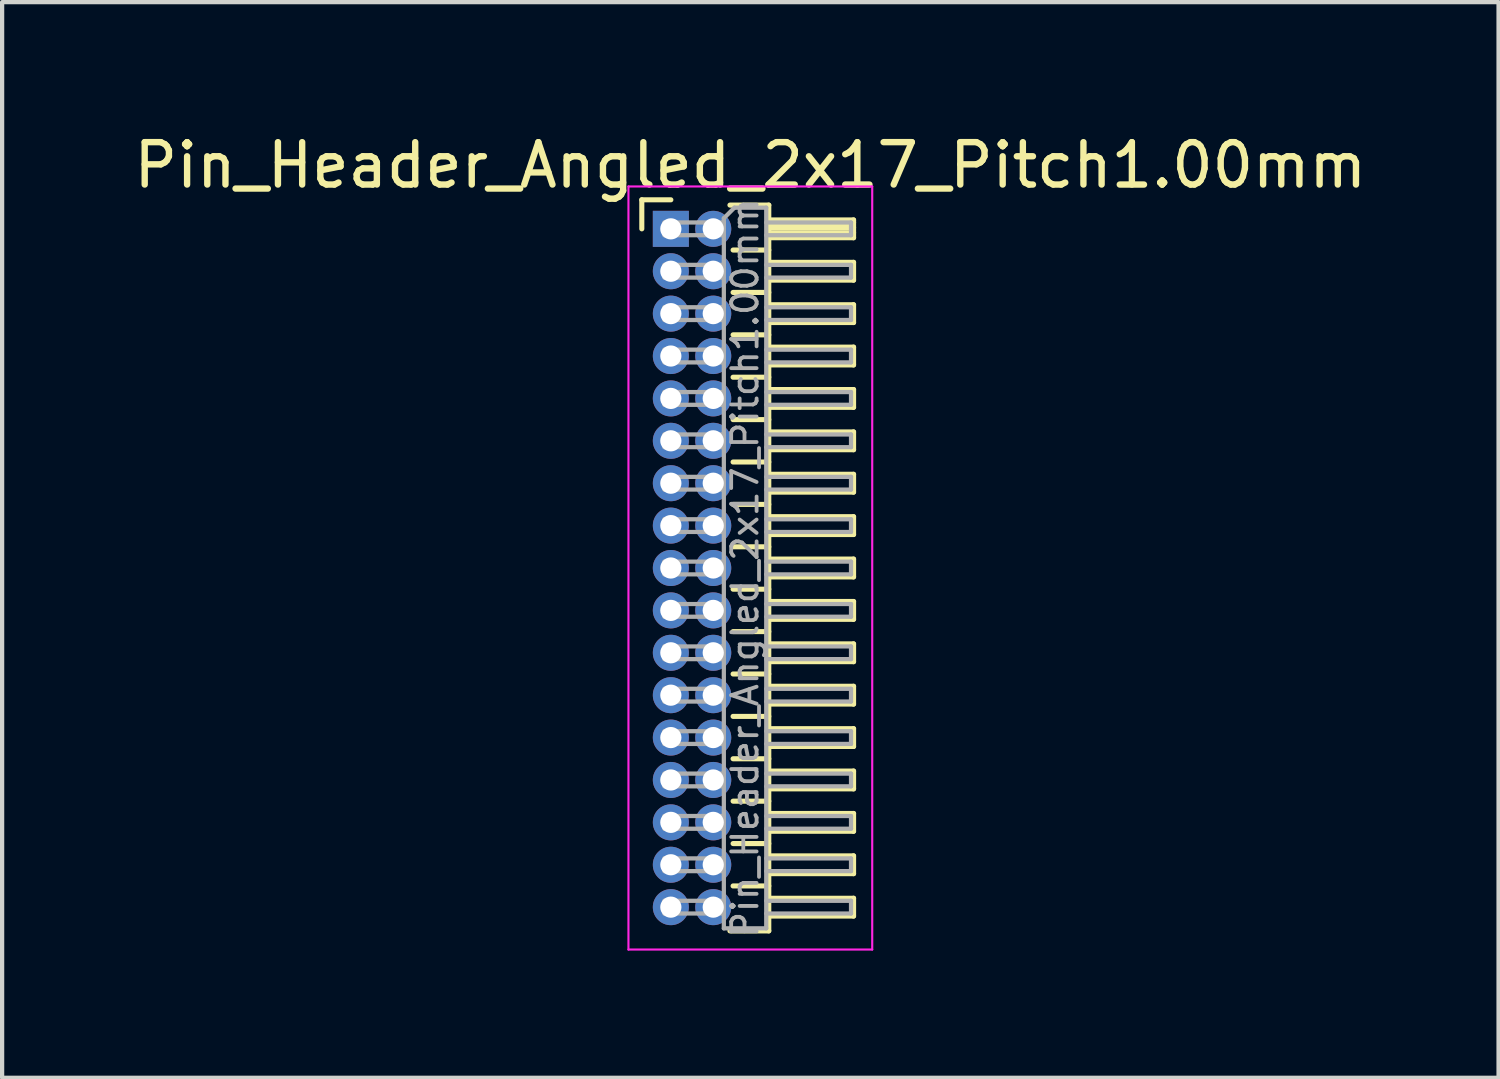
<source format=kicad_pcb>
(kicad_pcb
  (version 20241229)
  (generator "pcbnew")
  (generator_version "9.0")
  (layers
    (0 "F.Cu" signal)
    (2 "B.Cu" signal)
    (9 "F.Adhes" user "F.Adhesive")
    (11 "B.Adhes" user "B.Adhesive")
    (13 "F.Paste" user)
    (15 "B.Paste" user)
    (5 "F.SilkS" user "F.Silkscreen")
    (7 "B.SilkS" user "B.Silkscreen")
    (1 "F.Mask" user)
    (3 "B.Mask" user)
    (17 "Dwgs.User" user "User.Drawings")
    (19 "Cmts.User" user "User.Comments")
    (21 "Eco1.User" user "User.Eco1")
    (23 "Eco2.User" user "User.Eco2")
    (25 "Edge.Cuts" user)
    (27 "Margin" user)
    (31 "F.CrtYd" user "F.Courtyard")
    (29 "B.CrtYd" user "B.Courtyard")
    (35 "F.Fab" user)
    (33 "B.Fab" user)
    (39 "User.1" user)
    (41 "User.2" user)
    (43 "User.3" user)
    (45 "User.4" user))
  (footprint "Pin_Header_Angled_2x17_Pitch1.00mm"
    (layer "F.Cu")
    (at 12.774 2.348)
    (property "Reference" "Pin_Header_Angled_2x17_Pitch1.00mm" (at 1.875 -1.5 0) (layer "F.SilkS") (effects (font (size 1 1) (thickness 0.15))))
    (attr through_hole)
    (fp_line (start -0.685 -0.685) (end 0 -0.685) (stroke (width 0.12) (type solid)) (layer "F.SilkS"))
    (fp_line (start -0.685 0) (end -0.685 -0.685) (stroke (width 0.12) (type solid)) (layer "F.SilkS"))
    (fp_line (start 1.394 -0.56) (end 2.31 -0.56) (stroke (width 0.12) (type solid)) (layer "F.SilkS"))
    (fp_line (start 1.468 0.5) (end 2.31 0.5) (stroke (width 0.12) (type solid)) (layer "F.SilkS"))
    (fp_line (start 1.468 1.5) (end 2.31 1.5) (stroke (width 0.12) (type solid)) (layer "F.SilkS"))
    (fp_line (start 1.468 2.5) (end 2.31 2.5) (stroke (width 0.12) (type solid)) (layer "F.SilkS"))
    (fp_line (start 1.468 3.5) (end 2.31 3.5) (stroke (width 0.12) (type solid)) (layer "F.SilkS"))
    (fp_line (start 1.468 4.5) (end 2.31 4.5) (stroke (width 0.12) (type solid)) (layer "F.SilkS"))
    (fp_line (start 1.468 5.5) (end 2.31 5.5) (stroke (width 0.12) (type solid)) (layer "F.SilkS"))
    (fp_line (start 1.468 6.5) (end 2.31 6.5) (stroke (width 0.12) (type solid)) (layer "F.SilkS"))
    (fp_line (start 1.468 7.5) (end 2.31 7.5) (stroke (width 0.12) (type solid)) (layer "F.SilkS"))
    (fp_line (start 1.468 8.5) (end 2.31 8.5) (stroke (width 0.12) (type solid)) (layer "F.SilkS"))
    (fp_line (start 1.468 9.5) (end 2.31 9.5) (stroke (width 0.12) (type solid)) (layer "F.SilkS"))
    (fp_line (start 1.468 10.5) (end 2.31 10.5) (stroke (width 0.12) (type solid)) (layer "F.SilkS"))
    (fp_line (start 1.468 11.5) (end 2.31 11.5) (stroke (width 0.12) (type solid)) (layer "F.SilkS"))
    (fp_line (start 1.468 12.5) (end 2.31 12.5) (stroke (width 0.12) (type solid)) (layer "F.SilkS"))
    (fp_line (start 1.468 13.5) (end 2.31 13.5) (stroke (width 0.12) (type solid)) (layer "F.SilkS"))
    (fp_line (start 1.468 14.5) (end 2.31 14.5) (stroke (width 0.12) (type solid)) (layer "F.SilkS"))
    (fp_line (start 1.468 15.5) (end 2.31 15.5) (stroke (width 0.12) (type solid)) (layer "F.SilkS"))
    (fp_line (start 2.31 -0.56) (end 2.31 16.56) (stroke (width 0.12) (type solid)) (layer "F.SilkS"))
    (fp_line (start 2.31 -0.21) (end 4.31 -0.21) (stroke (width 0.12) (type solid)) (layer "F.SilkS"))
    (fp_line (start 2.31 -0.15) (end 4.31 -0.15) (stroke (width 0.12) (type solid)) (layer "F.SilkS"))
    (fp_line (start 2.31 -0.03) (end 4.31 -0.03) (stroke (width 0.12) (type solid)) (layer "F.SilkS"))
    (fp_line (start 2.31 0.09) (end 4.31 0.09) (stroke (width 0.12) (type solid)) (layer "F.SilkS"))
    (fp_line (start 2.31 0.79) (end 4.31 0.79) (stroke (width 0.12) (type solid)) (layer "F.SilkS"))
    (fp_line (start 2.31 1.79) (end 4.31 1.79) (stroke (width 0.12) (type solid)) (layer "F.SilkS"))
    (fp_line (start 2.31 2.79) (end 4.31 2.79) (stroke (width 0.12) (type solid)) (layer "F.SilkS"))
    (fp_line (start 2.31 3.79) (end 4.31 3.79) (stroke (width 0.12) (type solid)) (layer "F.SilkS"))
    (fp_line (start 2.31 4.79) (end 4.31 4.79) (stroke (width 0.12) (type solid)) (layer "F.SilkS"))
    (fp_line (start 2.31 5.79) (end 4.31 5.79) (stroke (width 0.12) (type solid)) (layer "F.SilkS"))
    (fp_line (start 2.31 6.79) (end 4.31 6.79) (stroke (width 0.12) (type solid)) (layer "F.SilkS"))
    (fp_line (start 2.31 7.79) (end 4.31 7.79) (stroke (width 0.12) (type solid)) (layer "F.SilkS"))
    (fp_line (start 2.31 8.79) (end 4.31 8.79) (stroke (width 0.12) (type solid)) (layer "F.SilkS"))
    (fp_line (start 2.31 9.79) (end 4.31 9.79) (stroke (width 0.12) (type solid)) (layer "F.SilkS"))
    (fp_line (start 2.31 10.79) (end 4.31 10.79) (stroke (width 0.12) (type solid)) (layer "F.SilkS"))
    (fp_line (start 2.31 11.79) (end 4.31 11.79) (stroke (width 0.12) (type solid)) (layer "F.SilkS"))
    (fp_line (start 2.31 12.79) (end 4.31 12.79) (stroke (width 0.12) (type solid)) (layer "F.SilkS"))
    (fp_line (start 2.31 13.79) (end 4.31 13.79) (stroke (width 0.12) (type solid)) (layer "F.SilkS"))
    (fp_line (start 2.31 14.79) (end 4.31 14.79) (stroke (width 0.12) (type solid)) (layer "F.SilkS"))
    (fp_line (start 2.31 15.79) (end 4.31 15.79) (stroke (width 0.12) (type solid)) (layer "F.SilkS"))
    (fp_line (start 2.31 16.56) (end 1.394 16.56) (stroke (width 0.12) (type solid)) (layer "F.SilkS"))
    (fp_line (start 4.31 -0.21) (end 4.31 0.21) (stroke (width 0.12) (type solid)) (layer "F.SilkS"))
    (fp_line (start 4.31 0.21) (end 2.31 0.21) (stroke (width 0.12) (type solid)) (layer "F.SilkS"))
    (fp_line (start 4.31 0.79) (end 4.31 1.21) (stroke (width 0.12) (type solid)) (layer "F.SilkS"))
    (fp_line (start 4.31 1.21) (end 2.31 1.21) (stroke (width 0.12) (type solid)) (layer "F.SilkS"))
    (fp_line (start 4.31 1.79) (end 4.31 2.21) (stroke (width 0.12) (type solid)) (layer "F.SilkS"))
    (fp_line (start 4.31 2.21) (end 2.31 2.21) (stroke (width 0.12) (type solid)) (layer "F.SilkS"))
    (fp_line (start 4.31 2.79) (end 4.31 3.21) (stroke (width 0.12) (type solid)) (layer "F.SilkS"))
    (fp_line (start 4.31 3.21) (end 2.31 3.21) (stroke (width 0.12) (type solid)) (layer "F.SilkS"))
    (fp_line (start 4.31 3.79) (end 4.31 4.21) (stroke (width 0.12) (type solid)) (layer "F.SilkS"))
    (fp_line (start 4.31 4.21) (end 2.31 4.21) (stroke (width 0.12) (type solid)) (layer "F.SilkS"))
    (fp_line (start 4.31 4.79) (end 4.31 5.21) (stroke (width 0.12) (type solid)) (layer "F.SilkS"))
    (fp_line (start 4.31 5.21) (end 2.31 5.21) (stroke (width 0.12) (type solid)) (layer "F.SilkS"))
    (fp_line (start 4.31 5.79) (end 4.31 6.21) (stroke (width 0.12) (type solid)) (layer "F.SilkS"))
    (fp_line (start 4.31 6.21) (end 2.31 6.21) (stroke (width 0.12) (type solid)) (layer "F.SilkS"))
    (fp_line (start 4.31 6.79) (end 4.31 7.21) (stroke (width 0.12) (type solid)) (layer "F.SilkS"))
    (fp_line (start 4.31 7.21) (end 2.31 7.21) (stroke (width 0.12) (type solid)) (layer "F.SilkS"))
    (fp_line (start 4.31 7.79) (end 4.31 8.21) (stroke (width 0.12) (type solid)) (layer "F.SilkS"))
    (fp_line (start 4.31 8.21) (end 2.31 8.21) (stroke (width 0.12) (type solid)) (layer "F.SilkS"))
    (fp_line (start 4.31 8.79) (end 4.31 9.21) (stroke (width 0.12) (type solid)) (layer "F.SilkS"))
    (fp_line (start 4.31 9.21) (end 2.31 9.21) (stroke (width 0.12) (type solid)) (layer "F.SilkS"))
    (fp_line (start 4.31 9.79) (end 4.31 10.21) (stroke (width 0.12) (type solid)) (layer "F.SilkS"))
    (fp_line (start 4.31 10.21) (end 2.31 10.21) (stroke (width 0.12) (type solid)) (layer "F.SilkS"))
    (fp_line (start 4.31 10.79) (end 4.31 11.21) (stroke (width 0.12) (type solid)) (layer "F.SilkS"))
    (fp_line (start 4.31 11.21) (end 2.31 11.21) (stroke (width 0.12) (type solid)) (layer "F.SilkS"))
    (fp_line (start 4.31 11.79) (end 4.31 12.21) (stroke (width 0.12) (type solid)) (layer "F.SilkS"))
    (fp_line (start 4.31 12.21) (end 2.31 12.21) (stroke (width 0.12) (type solid)) (layer "F.SilkS"))
    (fp_line (start 4.31 12.79) (end 4.31 13.21) (stroke (width 0.12) (type solid)) (layer "F.SilkS"))
    (fp_line (start 4.31 13.21) (end 2.31 13.21) (stroke (width 0.12) (type solid)) (layer "F.SilkS"))
    (fp_line (start 4.31 13.79) (end 4.31 14.21) (stroke (width 0.12) (type solid)) (layer "F.SilkS"))
    (fp_line (start 4.31 14.21) (end 2.31 14.21) (stroke (width 0.12) (type solid)) (layer "F.SilkS"))
    (fp_line (start 4.31 14.79) (end 4.31 15.21) (stroke (width 0.12) (type solid)) (layer "F.SilkS"))
    (fp_line (start 4.31 15.21) (end 2.31 15.21) (stroke (width 0.12) (type solid)) (layer "F.SilkS"))
    (fp_line (start 4.31 15.79) (end 4.31 16.21) (stroke (width 0.12) (type solid)) (layer "F.SilkS"))
    (fp_line (start 4.31 16.21) (end 2.31 16.21) (stroke (width 0.12) (type solid)) (layer "F.SilkS"))
    (fp_line (start -1 -1) (end -1 17) (stroke (width 0.05) (type solid)) (layer "F.CrtYd"))
    (fp_line (start -1 17) (end 4.75 17) (stroke (width 0.05) (type solid)) (layer "F.CrtYd"))
    (fp_line (start 4.75 -1) (end -1 -1) (stroke (width 0.05) (type solid)) (layer "F.CrtYd"))
    (fp_line (start 4.75 17) (end 4.75 -1) (stroke (width 0.05) (type solid)) (layer "F.CrtYd"))
    (fp_line (start -0.15 -0.15) (end -0.15 0.15) (stroke (width 0.1) (type solid)) (layer "F.Fab"))
    (fp_line (start -0.15 -0.15) (end 1.25 -0.15) (stroke (width 0.1) (type solid)) (layer "F.Fab"))
    (fp_line (start -0.15 0.15) (end 1.25 0.15) (stroke (width 0.1) (type solid)) (layer "F.Fab"))
    (fp_line (start -0.15 0.85) (end -0.15 1.15) (stroke (width 0.1) (type solid)) (layer "F.Fab"))
    (fp_line (start -0.15 0.85) (end 1.25 0.85) (stroke (width 0.1) (type solid)) (layer "F.Fab"))
    (fp_line (start -0.15 1.15) (end 1.25 1.15) (stroke (width 0.1) (type solid)) (layer "F.Fab"))
    (fp_line (start -0.15 1.85) (end -0.15 2.15) (stroke (width 0.1) (type solid)) (layer "F.Fab"))
    (fp_line (start -0.15 1.85) (end 1.25 1.85) (stroke (width 0.1) (type solid)) (layer "F.Fab"))
    (fp_line (start -0.15 2.15) (end 1.25 2.15) (stroke (width 0.1) (type solid)) (layer "F.Fab"))
    (fp_line (start -0.15 2.85) (end -0.15 3.15) (stroke (width 0.1) (type solid)) (layer "F.Fab"))
    (fp_line (start -0.15 2.85) (end 1.25 2.85) (stroke (width 0.1) (type solid)) (layer "F.Fab"))
    (fp_line (start -0.15 3.15) (end 1.25 3.15) (stroke (width 0.1) (type solid)) (layer "F.Fab"))
    (fp_line (start -0.15 3.85) (end -0.15 4.15) (stroke (width 0.1) (type solid)) (layer "F.Fab"))
    (fp_line (start -0.15 3.85) (end 1.25 3.85) (stroke (width 0.1) (type solid)) (layer "F.Fab"))
    (fp_line (start -0.15 4.15) (end 1.25 4.15) (stroke (width 0.1) (type solid)) (layer "F.Fab"))
    (fp_line (start -0.15 4.85) (end -0.15 5.15) (stroke (width 0.1) (type solid)) (layer "F.Fab"))
    (fp_line (start -0.15 4.85) (end 1.25 4.85) (stroke (width 0.1) (type solid)) (layer "F.Fab"))
    (fp_line (start -0.15 5.15) (end 1.25 5.15) (stroke (width 0.1) (type solid)) (layer "F.Fab"))
    (fp_line (start -0.15 5.85) (end -0.15 6.15) (stroke (width 0.1) (type solid)) (layer "F.Fab"))
    (fp_line (start -0.15 5.85) (end 1.25 5.85) (stroke (width 0.1) (type solid)) (layer "F.Fab"))
    (fp_line (start -0.15 6.15) (end 1.25 6.15) (stroke (width 0.1) (type solid)) (layer "F.Fab"))
    (fp_line (start -0.15 6.85) (end -0.15 7.15) (stroke (width 0.1) (type solid)) (layer "F.Fab"))
    (fp_line (start -0.15 6.85) (end 1.25 6.85) (stroke (width 0.1) (type solid)) (layer "F.Fab"))
    (fp_line (start -0.15 7.15) (end 1.25 7.15) (stroke (width 0.1) (type solid)) (layer "F.Fab"))
    (fp_line (start -0.15 7.85) (end -0.15 8.15) (stroke (width 0.1) (type solid)) (layer "F.Fab"))
    (fp_line (start -0.15 7.85) (end 1.25 7.85) (stroke (width 0.1) (type solid)) (layer "F.Fab"))
    (fp_line (start -0.15 8.15) (end 1.25 8.15) (stroke (width 0.1) (type solid)) (layer "F.Fab"))
    (fp_line (start -0.15 8.85) (end -0.15 9.15) (stroke (width 0.1) (type solid)) (layer "F.Fab"))
    (fp_line (start -0.15 8.85) (end 1.25 8.85) (stroke (width 0.1) (type solid)) (layer "F.Fab"))
    (fp_line (start -0.15 9.15) (end 1.25 9.15) (stroke (width 0.1) (type solid)) (layer "F.Fab"))
    (fp_line (start -0.15 9.85) (end -0.15 10.15) (stroke (width 0.1) (type solid)) (layer "F.Fab"))
    (fp_line (start -0.15 9.85) (end 1.25 9.85) (stroke (width 0.1) (type solid)) (layer "F.Fab"))
    (fp_line (start -0.15 10.15) (end 1.25 10.15) (stroke (width 0.1) (type solid)) (layer "F.Fab"))
    (fp_line (start -0.15 10.85) (end -0.15 11.15) (stroke (width 0.1) (type solid)) (layer "F.Fab"))
    (fp_line (start -0.15 10.85) (end 1.25 10.85) (stroke (width 0.1) (type solid)) (layer "F.Fab"))
    (fp_line (start -0.15 11.15) (end 1.25 11.15) (stroke (width 0.1) (type solid)) (layer "F.Fab"))
    (fp_line (start -0.15 11.85) (end -0.15 12.15) (stroke (width 0.1) (type solid)) (layer "F.Fab"))
    (fp_line (start -0.15 11.85) (end 1.25 11.85) (stroke (width 0.1) (type solid)) (layer "F.Fab"))
    (fp_line (start -0.15 12.15) (end 1.25 12.15) (stroke (width 0.1) (type solid)) (layer "F.Fab"))
    (fp_line (start -0.15 12.85) (end -0.15 13.15) (stroke (width 0.1) (type solid)) (layer "F.Fab"))
    (fp_line (start -0.15 12.85) (end 1.25 12.85) (stroke (width 0.1) (type solid)) (layer "F.Fab"))
    (fp_line (start -0.15 13.15) (end 1.25 13.15) (stroke (width 0.1) (type solid)) (layer "F.Fab"))
    (fp_line (start -0.15 13.85) (end -0.15 14.15) (stroke (width 0.1) (type solid)) (layer "F.Fab"))
    (fp_line (start -0.15 13.85) (end 1.25 13.85) (stroke (width 0.1) (type solid)) (layer "F.Fab"))
    (fp_line (start -0.15 14.15) (end 1.25 14.15) (stroke (width 0.1) (type solid)) (layer "F.Fab"))
    (fp_line (start -0.15 14.85) (end -0.15 15.15) (stroke (width 0.1) (type solid)) (layer "F.Fab"))
    (fp_line (start -0.15 14.85) (end 1.25 14.85) (stroke (width 0.1) (type solid)) (layer "F.Fab"))
    (fp_line (start -0.15 15.15) (end 1.25 15.15) (stroke (width 0.1) (type solid)) (layer "F.Fab"))
    (fp_line (start -0.15 15.85) (end -0.15 16.15) (stroke (width 0.1) (type solid)) (layer "F.Fab"))
    (fp_line (start -0.15 15.85) (end 1.25 15.85) (stroke (width 0.1) (type solid)) (layer "F.Fab"))
    (fp_line (start -0.15 16.15) (end 1.25 16.15) (stroke (width 0.1) (type solid)) (layer "F.Fab"))
    (fp_line (start 1.25 -0.25) (end 1.5 -0.5) (stroke (width 0.1) (type solid)) (layer "F.Fab"))
    (fp_line (start 1.25 16.5) (end 1.25 -0.25) (stroke (width 0.1) (type solid)) (layer "F.Fab"))
    (fp_line (start 1.5 -0.5) (end 2.25 -0.5) (stroke (width 0.1) (type solid)) (layer "F.Fab"))
    (fp_line (start 2.25 -0.5) (end 2.25 16.5) (stroke (width 0.1) (type solid)) (layer "F.Fab"))
    (fp_line (start 2.25 -0.15) (end 4.25 -0.15) (stroke (width 0.1) (type solid)) (layer "F.Fab"))
    (fp_line (start 2.25 0.15) (end 4.25 0.15) (stroke (width 0.1) (type solid)) (layer "F.Fab"))
    (fp_line (start 2.25 0.85) (end 4.25 0.85) (stroke (width 0.1) (type solid)) (layer "F.Fab"))
    (fp_line (start 2.25 1.15) (end 4.25 1.15) (stroke (width 0.1) (type solid)) (layer "F.Fab"))
    (fp_line (start 2.25 1.85) (end 4.25 1.85) (stroke (width 0.1) (type solid)) (layer "F.Fab"))
    (fp_line (start 2.25 2.15) (end 4.25 2.15) (stroke (width 0.1) (type solid)) (layer "F.Fab"))
    (fp_line (start 2.25 2.85) (end 4.25 2.85) (stroke (width 0.1) (type solid)) (layer "F.Fab"))
    (fp_line (start 2.25 3.15) (end 4.25 3.15) (stroke (width 0.1) (type solid)) (layer "F.Fab"))
    (fp_line (start 2.25 3.85) (end 4.25 3.85) (stroke (width 0.1) (type solid)) (layer "F.Fab"))
    (fp_line (start 2.25 4.15) (end 4.25 4.15) (stroke (width 0.1) (type solid)) (layer "F.Fab"))
    (fp_line (start 2.25 4.85) (end 4.25 4.85) (stroke (width 0.1) (type solid)) (layer "F.Fab"))
    (fp_line (start 2.25 5.15) (end 4.25 5.15) (stroke (width 0.1) (type solid)) (layer "F.Fab"))
    (fp_line (start 2.25 5.85) (end 4.25 5.85) (stroke (width 0.1) (type solid)) (layer "F.Fab"))
    (fp_line (start 2.25 6.15) (end 4.25 6.15) (stroke (width 0.1) (type solid)) (layer "F.Fab"))
    (fp_line (start 2.25 6.85) (end 4.25 6.85) (stroke (width 0.1) (type solid)) (layer "F.Fab"))
    (fp_line (start 2.25 7.15) (end 4.25 7.15) (stroke (width 0.1) (type solid)) (layer "F.Fab"))
    (fp_line (start 2.25 7.85) (end 4.25 7.85) (stroke (width 0.1) (type solid)) (layer "F.Fab"))
    (fp_line (start 2.25 8.15) (end 4.25 8.15) (stroke (width 0.1) (type solid)) (layer "F.Fab"))
    (fp_line (start 2.25 8.85) (end 4.25 8.85) (stroke (width 0.1) (type solid)) (layer "F.Fab"))
    (fp_line (start 2.25 9.15) (end 4.25 9.15) (stroke (width 0.1) (type solid)) (layer "F.Fab"))
    (fp_line (start 2.25 9.85) (end 4.25 9.85) (stroke (width 0.1) (type solid)) (layer "F.Fab"))
    (fp_line (start 2.25 10.15) (end 4.25 10.15) (stroke (width 0.1) (type solid)) (layer "F.Fab"))
    (fp_line (start 2.25 10.85) (end 4.25 10.85) (stroke (width 0.1) (type solid)) (layer "F.Fab"))
    (fp_line (start 2.25 11.15) (end 4.25 11.15) (stroke (width 0.1) (type solid)) (layer "F.Fab"))
    (fp_line (start 2.25 11.85) (end 4.25 11.85) (stroke (width 0.1) (type solid)) (layer "F.Fab"))
    (fp_line (start 2.25 12.15) (end 4.25 12.15) (stroke (width 0.1) (type solid)) (layer "F.Fab"))
    (fp_line (start 2.25 12.85) (end 4.25 12.85) (stroke (width 0.1) (type solid)) (layer "F.Fab"))
    (fp_line (start 2.25 13.15) (end 4.25 13.15) (stroke (width 0.1) (type solid)) (layer "F.Fab"))
    (fp_line (start 2.25 13.85) (end 4.25 13.85) (stroke (width 0.1) (type solid)) (layer "F.Fab"))
    (fp_line (start 2.25 14.15) (end 4.25 14.15) (stroke (width 0.1) (type solid)) (layer "F.Fab"))
    (fp_line (start 2.25 14.85) (end 4.25 14.85) (stroke (width 0.1) (type solid)) (layer "F.Fab"))
    (fp_line (start 2.25 15.15) (end 4.25 15.15) (stroke (width 0.1) (type solid)) (layer "F.Fab"))
    (fp_line (start 2.25 15.85) (end 4.25 15.85) (stroke (width 0.1) (type solid)) (layer "F.Fab"))
    (fp_line (start 2.25 16.15) (end 4.25 16.15) (stroke (width 0.1) (type solid)) (layer "F.Fab"))
    (fp_line (start 2.25 16.5) (end 1.25 16.5) (stroke (width 0.1) (type solid)) (layer "F.Fab"))
    (fp_line (start 4.25 -0.15) (end 4.25 0.15) (stroke (width 0.1) (type solid)) (layer "F.Fab"))
    (fp_line (start 4.25 0.85) (end 4.25 1.15) (stroke (width 0.1) (type solid)) (layer "F.Fab"))
    (fp_line (start 4.25 1.85) (end 4.25 2.15) (stroke (width 0.1) (type solid)) (layer "F.Fab"))
    (fp_line (start 4.25 2.85) (end 4.25 3.15) (stroke (width 0.1) (type solid)) (layer "F.Fab"))
    (fp_line (start 4.25 3.85) (end 4.25 4.15) (stroke (width 0.1) (type solid)) (layer "F.Fab"))
    (fp_line (start 4.25 4.85) (end 4.25 5.15) (stroke (width 0.1) (type solid)) (layer "F.Fab"))
    (fp_line (start 4.25 5.85) (end 4.25 6.15) (stroke (width 0.1) (type solid)) (layer "F.Fab"))
    (fp_line (start 4.25 6.85) (end 4.25 7.15) (stroke (width 0.1) (type solid)) (layer "F.Fab"))
    (fp_line (start 4.25 7.85) (end 4.25 8.15) (stroke (width 0.1) (type solid)) (layer "F.Fab"))
    (fp_line (start 4.25 8.85) (end 4.25 9.15) (stroke (width 0.1) (type solid)) (layer "F.Fab"))
    (fp_line (start 4.25 9.85) (end 4.25 10.15) (stroke (width 0.1) (type solid)) (layer "F.Fab"))
    (fp_line (start 4.25 10.85) (end 4.25 11.15) (stroke (width 0.1) (type solid)) (layer "F.Fab"))
    (fp_line (start 4.25 11.85) (end 4.25 12.15) (stroke (width 0.1) (type solid)) (layer "F.Fab"))
    (fp_line (start 4.25 12.85) (end 4.25 13.15) (stroke (width 0.1) (type solid)) (layer "F.Fab"))
    (fp_line (start 4.25 13.85) (end 4.25 14.15) (stroke (width 0.1) (type solid)) (layer "F.Fab"))
    (fp_line (start 4.25 14.85) (end 4.25 15.15) (stroke (width 0.1) (type solid)) (layer "F.Fab"))
    (fp_line (start 4.25 15.85) (end 4.25 16.15) (stroke (width 0.1) (type solid)) (layer "F.Fab"))
    (fp_text user "${REFERENCE}" (at 1.75 8 90) (layer "F.Fab") (effects (font (size 0.6 0.6) (thickness 0.09))))
    (pad "1" thru_hole rect (at 0 0) (size 0.85 0.85) (drill 0.5) (layers "*.Cu" "*.Mask"))
    (pad "2" thru_hole oval (at 1 0) (size 0.85 0.85) (drill 0.5) (layers "*.Cu" "*.Mask"))
    (pad "3" thru_hole oval (at 0 1) (size 0.85 0.85) (drill 0.5) (layers "*.Cu" "*.Mask"))
    (pad "4" thru_hole oval (at 1 1) (size 0.85 0.85) (drill 0.5) (layers "*.Cu" "*.Mask"))
    (pad "5" thru_hole oval (at 0 2) (size 0.85 0.85) (drill 0.5) (layers "*.Cu" "*.Mask"))
    (pad "6" thru_hole oval (at 1 2) (size 0.85 0.85) (drill 0.5) (layers "*.Cu" "*.Mask"))
    (pad "7" thru_hole oval (at 0 3) (size 0.85 0.85) (drill 0.5) (layers "*.Cu" "*.Mask"))
    (pad "8" thru_hole oval (at 1 3) (size 0.85 0.85) (drill 0.5) (layers "*.Cu" "*.Mask"))
    (pad "9" thru_hole oval (at 0 4) (size 0.85 0.85) (drill 0.5) (layers "*.Cu" "*.Mask"))
    (pad "10" thru_hole oval (at 1 4) (size 0.85 0.85) (drill 0.5) (layers "*.Cu" "*.Mask"))
    (pad "11" thru_hole oval (at 0 5) (size 0.85 0.85) (drill 0.5) (layers "*.Cu" "*.Mask"))
    (pad "12" thru_hole oval (at 1 5) (size 0.85 0.85) (drill 0.5) (layers "*.Cu" "*.Mask"))
    (pad "13" thru_hole oval (at 0 6) (size 0.85 0.85) (drill 0.5) (layers "*.Cu" "*.Mask"))
    (pad "14" thru_hole oval (at 1 6) (size 0.85 0.85) (drill 0.5) (layers "*.Cu" "*.Mask"))
    (pad "15" thru_hole oval (at 0 7) (size 0.85 0.85) (drill 0.5) (layers "*.Cu" "*.Mask"))
    (pad "16" thru_hole oval (at 1 7) (size 0.85 0.85) (drill 0.5) (layers "*.Cu" "*.Mask"))
    (pad "17" thru_hole oval (at 0 8) (size 0.85 0.85) (drill 0.5) (layers "*.Cu" "*.Mask"))
    (pad "18" thru_hole oval (at 1 8) (size 0.85 0.85) (drill 0.5) (layers "*.Cu" "*.Mask"))
    (pad "19" thru_hole oval (at 0 9) (size 0.85 0.85) (drill 0.5) (layers "*.Cu" "*.Mask"))
    (pad "20" thru_hole oval (at 1 9) (size 0.85 0.85) (drill 0.5) (layers "*.Cu" "*.Mask"))
    (pad "21" thru_hole oval (at 0 10) (size 0.85 0.85) (drill 0.5) (layers "*.Cu" "*.Mask"))
    (pad "22" thru_hole oval (at 1 10) (size 0.85 0.85) (drill 0.5) (layers "*.Cu" "*.Mask"))
    (pad "23" thru_hole oval (at 0 11) (size 0.85 0.85) (drill 0.5) (layers "*.Cu" "*.Mask"))
    (pad "24" thru_hole oval (at 1 11) (size 0.85 0.85) (drill 0.5) (layers "*.Cu" "*.Mask"))
    (pad "25" thru_hole oval (at 0 12) (size 0.85 0.85) (drill 0.5) (layers "*.Cu" "*.Mask"))
    (pad "26" thru_hole oval (at 1 12) (size 0.85 0.85) (drill 0.5) (layers "*.Cu" "*.Mask"))
    (pad "27" thru_hole oval (at 0 13) (size 0.85 0.85) (drill 0.5) (layers "*.Cu" "*.Mask"))
    (pad "28" thru_hole oval (at 1 13) (size 0.85 0.85) (drill 0.5) (layers "*.Cu" "*.Mask"))
    (pad "29" thru_hole oval (at 0 14) (size 0.85 0.85) (drill 0.5) (layers "*.Cu" "*.Mask"))
    (pad "30" thru_hole oval (at 1 14) (size 0.85 0.85) (drill 0.5) (layers "*.Cu" "*.Mask"))
    (pad "31" thru_hole oval (at 0 15) (size 0.85 0.85) (drill 0.5) (layers "*.Cu" "*.Mask"))
    (pad "32" thru_hole oval (at 1 15) (size 0.85 0.85) (drill 0.5) (layers "*.Cu" "*.Mask"))
    (pad "33" thru_hole oval (at 0 16) (size 0.85 0.85) (drill 0.5) (layers "*.Cu" "*.Mask"))
    (pad "34" thru_hole oval (at 1 16) (size 0.85 0.85) (drill 0.5) (layers "*.Cu" "*.Mask")))
  (gr_rect
    (start -3 -3)
    (end 32.298 22.373)
    (stroke (width 0.1) (type default))
    (fill no)
    (layer "Edge.Cuts")))
</source>
